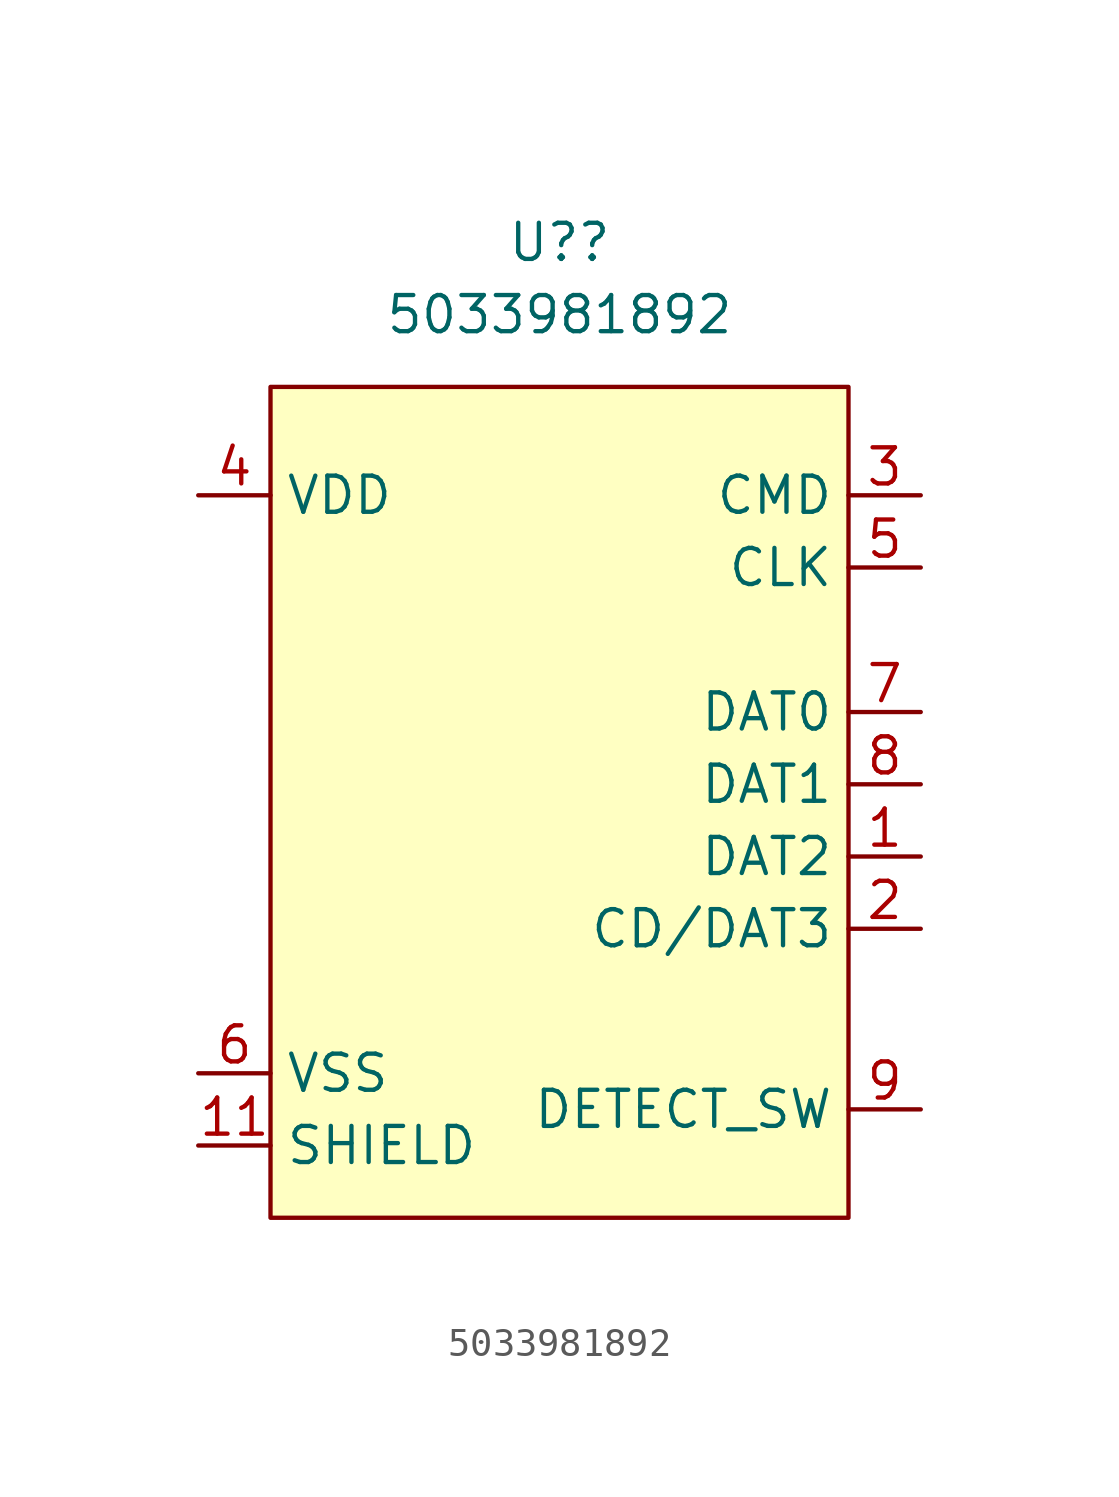
<source format=kicad_sym>
(kicad_symbol_lib
  (version 20211014)
  (generator kicad_symbol_editor)
  (symbol "5033981892"
    (property "Reference" "U?"
      (at 0 19.05 0)
      (effects (font (size 1.27 1.27))))
    (property "Value" "5033981892"
      (at 0 16.51 0)
      (effects (font (size 1.27 1.27))))
    (symbol "5033981892_0_1"
      (rectangle (start -10.16 13.97) (end 10.16 -15.24) (stroke (width 0) (type default) (color 0 0 0 0)) (fill (type background))))
    (symbol "5033981892_1_1"
      (pin input line (at 12.7 -2.54 180) (length 2.54) (name "DAT2" (effects (font (size 1.27 1.27)))) (number "1" (effects (font (size 1.27 1.27)))))
      (pin input line (at -12.7 -12.7 0) (length 2.54) (name "SHIELD" (effects (font (size 1.27 1.27)))) (number "11" (effects (font (size 1.27 1.27)))))
      (pin input line (at 12.7 -5.08 180) (length 2.54) (name "CD/DAT3" (effects (font (size 1.27 1.27)))) (number "2" (effects (font (size 1.27 1.27)))))
      (pin input line (at 12.7 10.16 180) (length 2.54) (name "CMD" (effects (font (size 1.27 1.27)))) (number "3" (effects (font (size 1.27 1.27)))))
      (pin input line (at -12.7 10.16 0) (length 2.54) (name "VDD" (effects (font (size 1.27 1.27)))) (number "4" (effects (font (size 1.27 1.27)))))
      (pin input line (at 12.7 7.62 180) (length 2.54) (name "CLK" (effects (font (size 1.27 1.27)))) (number "5" (effects (font (size 1.27 1.27)))))
      (pin input line (at -12.7 -10.16 0) (length 2.54) (name "VSS" (effects (font (size 1.27 1.27)))) (number "6" (effects (font (size 1.27 1.27)))))
      (pin input line (at 12.7 2.54 180) (length 2.54) (name "DAT0" (effects (font (size 1.27 1.27)))) (number "7" (effects (font (size 1.27 1.27)))))
      (pin input line (at 12.7 0 180) (length 2.54) (name "DAT1" (effects (font (size 1.27 1.27)))) (number "8" (effects (font (size 1.27 1.27)))))
      (pin input line (at 12.7 -11.43 180) (length 2.54) (name "DETECT_SW" (effects (font (size 1.27 1.27)))) (number "9" (effects (font (size 1.27 1.27))))))))
</source>
